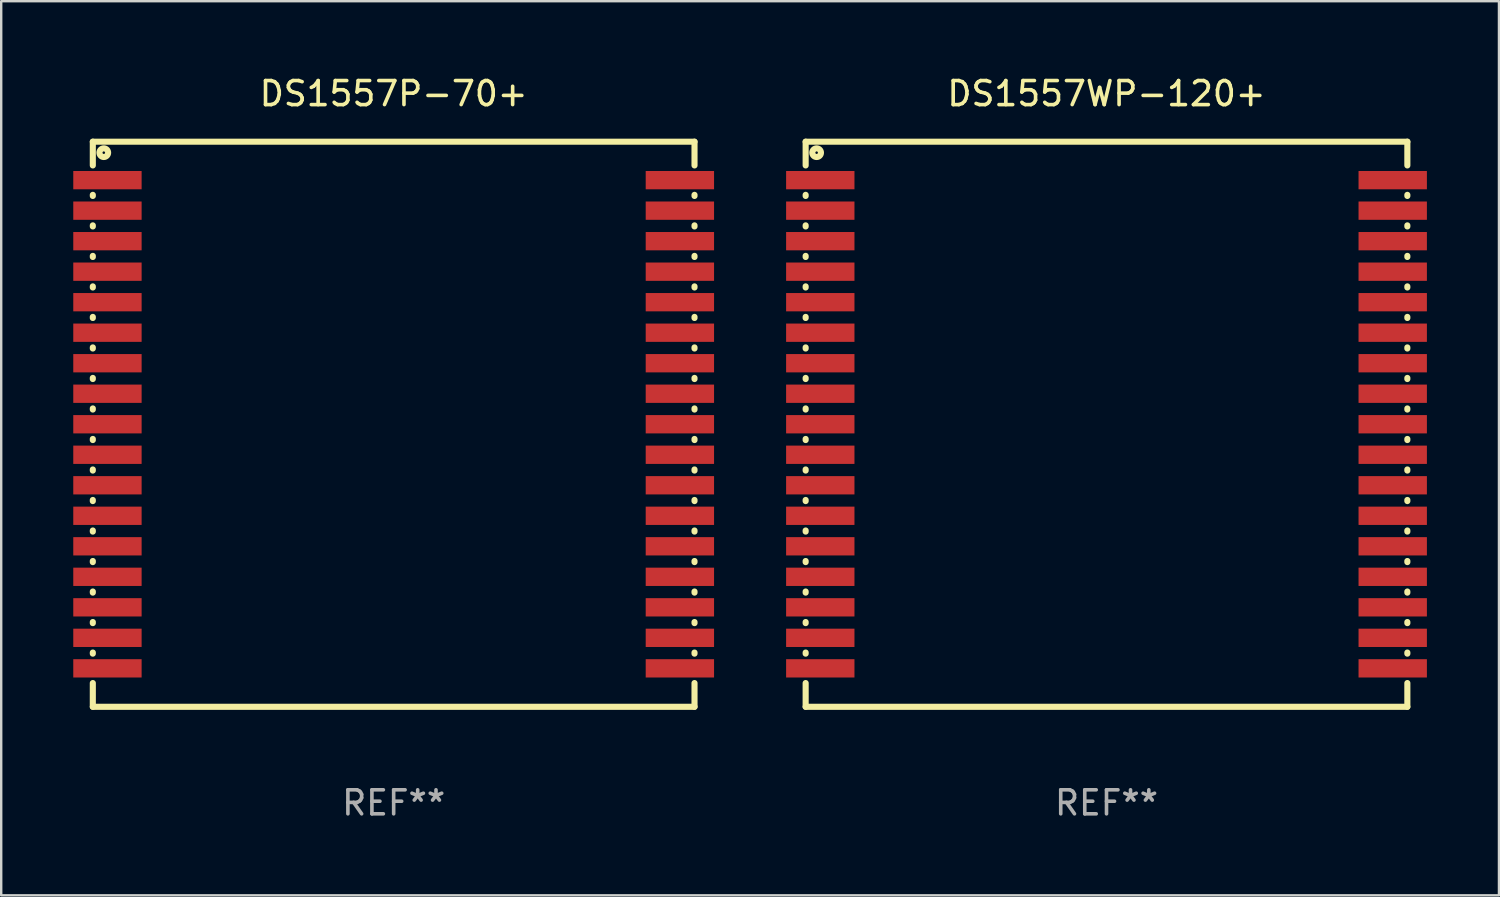
<source format=kicad_pcb>
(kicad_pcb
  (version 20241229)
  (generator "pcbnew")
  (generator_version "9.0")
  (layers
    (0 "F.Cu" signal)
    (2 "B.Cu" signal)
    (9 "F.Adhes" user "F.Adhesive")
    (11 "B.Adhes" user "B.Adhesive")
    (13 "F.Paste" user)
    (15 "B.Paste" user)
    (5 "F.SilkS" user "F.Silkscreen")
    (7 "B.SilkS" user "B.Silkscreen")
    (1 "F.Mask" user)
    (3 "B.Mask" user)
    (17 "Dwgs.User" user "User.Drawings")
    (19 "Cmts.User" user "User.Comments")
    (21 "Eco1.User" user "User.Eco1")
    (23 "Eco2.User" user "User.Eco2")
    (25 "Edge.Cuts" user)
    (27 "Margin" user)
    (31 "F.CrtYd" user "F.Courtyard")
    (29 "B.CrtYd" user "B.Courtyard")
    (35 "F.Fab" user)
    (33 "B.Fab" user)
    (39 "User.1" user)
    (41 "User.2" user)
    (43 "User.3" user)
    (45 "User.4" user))
  (footprint "DS1557P-70+"
    (layer "F.Cu")
    (at 13.335 14.608)
    (property "Reference" "DS1557P-70+" (at 0 -13.76 0) (layer "F.SilkS") (effects (font (size 1 1) (thickness 0.15))))
    (attr through_hole)
    (fp_line (start -12.522 -11.76) (end -12.522 -10.772) (stroke (width 0.254) (type solid)) (layer "F.SilkS"))
    (fp_line (start -12.522 -11.76) (end 12.522 -11.76) (stroke (width 0.254) (type solid)) (layer "F.SilkS"))
    (fp_line (start -12.522 -9.548) (end -12.522 -9.502) (stroke (width 0.254) (type solid)) (layer "F.SilkS"))
    (fp_line (start -12.522 -8.278) (end -12.522 -8.232) (stroke (width 0.254) (type solid)) (layer "F.SilkS"))
    (fp_line (start -12.522 -7.008) (end -12.522 -6.962) (stroke (width 0.254) (type solid)) (layer "F.SilkS"))
    (fp_line (start -12.522 -5.738) (end -12.522 -5.692) (stroke (width 0.254) (type solid)) (layer "F.SilkS"))
    (fp_line (start -12.522 -4.468) (end -12.522 -4.422) (stroke (width 0.254) (type solid)) (layer "F.SilkS"))
    (fp_line (start -12.522 -3.198) (end -12.522 -3.152) (stroke (width 0.254) (type solid)) (layer "F.SilkS"))
    (fp_line (start -12.522 -1.928) (end -12.522 -1.882) (stroke (width 0.254) (type solid)) (layer "F.SilkS"))
    (fp_line (start -12.522 -0.658) (end -12.522 -0.612) (stroke (width 0.254) (type solid)) (layer "F.SilkS"))
    (fp_line (start -12.522 0.612) (end -12.522 0.658) (stroke (width 0.254) (type solid)) (layer "F.SilkS"))
    (fp_line (start -12.522 1.882) (end -12.522 1.928) (stroke (width 0.254) (type solid)) (layer "F.SilkS"))
    (fp_line (start -12.522 3.152) (end -12.522 3.198) (stroke (width 0.254) (type solid)) (layer "F.SilkS"))
    (fp_line (start -12.522 4.422) (end -12.522 4.468) (stroke (width 0.254) (type solid)) (layer "F.SilkS"))
    (fp_line (start -12.522 5.692) (end -12.522 5.738) (stroke (width 0.254) (type solid)) (layer "F.SilkS"))
    (fp_line (start -12.522 6.962) (end -12.522 7.008) (stroke (width 0.254) (type solid)) (layer "F.SilkS"))
    (fp_line (start -12.522 8.232) (end -12.522 8.278) (stroke (width 0.254) (type solid)) (layer "F.SilkS"))
    (fp_line (start -12.522 9.502) (end -12.522 9.548) (stroke (width 0.254) (type solid)) (layer "F.SilkS"))
    (fp_line (start -12.522 10.772) (end -12.522 11.76) (stroke (width 0.254) (type solid)) (layer "F.SilkS"))
    (fp_line (start -12.522 11.76) (end 12.522 11.76) (stroke (width 0.254) (type solid)) (layer "F.SilkS"))
    (fp_line (start 12.522 -11.76) (end 12.522 -10.772) (stroke (width 0.254) (type solid)) (layer "F.SilkS"))
    (fp_line (start 12.522 -9.548) (end 12.522 -9.502) (stroke (width 0.254) (type solid)) (layer "F.SilkS"))
    (fp_line (start 12.522 -8.278) (end 12.522 -8.232) (stroke (width 0.254) (type solid)) (layer "F.SilkS"))
    (fp_line (start 12.522 -7.008) (end 12.522 -6.962) (stroke (width 0.254) (type solid)) (layer "F.SilkS"))
    (fp_line (start 12.522 -5.738) (end 12.522 -5.692) (stroke (width 0.254) (type solid)) (layer "F.SilkS"))
    (fp_line (start 12.522 -4.468) (end 12.522 -4.422) (stroke (width 0.254) (type solid)) (layer "F.SilkS"))
    (fp_line (start 12.522 -3.198) (end 12.522 -3.152) (stroke (width 0.254) (type solid)) (layer "F.SilkS"))
    (fp_line (start 12.522 -1.928) (end 12.522 -1.882) (stroke (width 0.254) (type solid)) (layer "F.SilkS"))
    (fp_line (start 12.522 -0.658) (end 12.522 -0.612) (stroke (width 0.254) (type solid)) (layer "F.SilkS"))
    (fp_line (start 12.522 0.612) (end 12.522 0.658) (stroke (width 0.254) (type solid)) (layer "F.SilkS"))
    (fp_line (start 12.522 1.882) (end 12.522 1.928) (stroke (width 0.254) (type solid)) (layer "F.SilkS"))
    (fp_line (start 12.522 3.152) (end 12.522 3.198) (stroke (width 0.254) (type solid)) (layer "F.SilkS"))
    (fp_line (start 12.522 4.422) (end 12.522 4.468) (stroke (width 0.254) (type solid)) (layer "F.SilkS"))
    (fp_line (start 12.522 5.692) (end 12.522 5.738) (stroke (width 0.254) (type solid)) (layer "F.SilkS"))
    (fp_line (start 12.522 6.962) (end 12.522 7.008) (stroke (width 0.254) (type solid)) (layer "F.SilkS"))
    (fp_line (start 12.522 8.232) (end 12.522 8.278) (stroke (width 0.254) (type solid)) (layer "F.SilkS"))
    (fp_line (start 12.522 9.502) (end 12.522 9.548) (stroke (width 0.254) (type solid)) (layer "F.SilkS"))
    (fp_line (start 12.522 10.772) (end 12.522 11.76) (stroke (width 0.254) (type solid)) (layer "F.SilkS"))
    (fp_circle (center -12.065 -11.303) (end -11.885 -11.303) (stroke (width 0.254) (type solid)) (fill no) (layer "F.SilkS"))
    (fp_text user "REF**" (at 0 15.76 0) (layer "F.Fab") (effects (font (size 1 1) (thickness 0.15))))
    (pad "1" smd rect (at -11.913 -10.16) (size 2.845 0.762) (layers "F.Cu" "F.Mask" "F.Paste"))
    (pad "2" smd rect (at -11.913 -8.89) (size 2.845 0.762) (layers "F.Cu" "F.Mask" "F.Paste"))
    (pad "3" smd rect (at -11.913 -7.62) (size 2.845 0.762) (layers "F.Cu" "F.Mask" "F.Paste"))
    (pad "4" smd rect (at -11.913 -6.35) (size 2.845 0.762) (layers "F.Cu" "F.Mask" "F.Paste"))
    (pad "5" smd rect (at -11.913 -5.08) (size 2.845 0.762) (layers "F.Cu" "F.Mask" "F.Paste"))
    (pad "6" smd rect (at -11.913 -3.81) (size 2.845 0.762) (layers "F.Cu" "F.Mask" "F.Paste"))
    (pad "7" smd rect (at -11.913 -2.54) (size 2.845 0.762) (layers "F.Cu" "F.Mask" "F.Paste"))
    (pad "8" smd rect (at -11.913 -1.27) (size 2.845 0.762) (layers "F.Cu" "F.Mask" "F.Paste"))
    (pad "9" smd rect (at -11.913 0) (size 2.845 0.762) (layers "F.Cu" "F.Mask" "F.Paste"))
    (pad "10" smd rect (at -11.913 1.27) (size 2.845 0.762) (layers "F.Cu" "F.Mask" "F.Paste"))
    (pad "11" smd rect (at -11.913 2.54) (size 2.845 0.762) (layers "F.Cu" "F.Mask" "F.Paste"))
    (pad "12" smd rect (at -11.913 3.81) (size 2.845 0.762) (layers "F.Cu" "F.Mask" "F.Paste"))
    (pad "13" smd rect (at -11.913 5.08) (size 2.845 0.762) (layers "F.Cu" "F.Mask" "F.Paste"))
    (pad "14" smd rect (at -11.913 6.35) (size 2.845 0.762) (layers "F.Cu" "F.Mask" "F.Paste"))
    (pad "15" smd rect (at -11.913 7.62) (size 2.845 0.762) (layers "F.Cu" "F.Mask" "F.Paste"))
    (pad "16" smd rect (at -11.913 8.89) (size 2.845 0.762) (layers "F.Cu" "F.Mask" "F.Paste"))
    (pad "17" smd rect (at -11.913 10.16) (size 2.845 0.762) (layers "F.Cu" "F.Mask" "F.Paste"))
    (pad "18" smd rect (at 11.913 10.16) (size 2.845 0.762) (layers "F.Cu" "F.Mask" "F.Paste"))
    (pad "19" smd rect (at 11.913 8.89) (size 2.845 0.762) (layers "F.Cu" "F.Mask" "F.Paste"))
    (pad "20" smd rect (at 11.913 7.62) (size 2.845 0.762) (layers "F.Cu" "F.Mask" "F.Paste"))
    (pad "21" smd rect (at 11.913 6.35) (size 2.845 0.762) (layers "F.Cu" "F.Mask" "F.Paste"))
    (pad "22" smd rect (at 11.913 5.08) (size 2.845 0.762) (layers "F.Cu" "F.Mask" "F.Paste"))
    (pad "23" smd rect (at 11.913 3.81) (size 2.845 0.762) (layers "F.Cu" "F.Mask" "F.Paste"))
    (pad "24" smd rect (at 11.913 2.54) (size 2.845 0.762) (layers "F.Cu" "F.Mask" "F.Paste"))
    (pad "25" smd rect (at 11.913 1.27) (size 2.845 0.762) (layers "F.Cu" "F.Mask" "F.Paste"))
    (pad "26" smd rect (at 11.913 0) (size 2.845 0.762) (layers "F.Cu" "F.Mask" "F.Paste"))
    (pad "27" smd rect (at 11.913 -1.27) (size 2.845 0.762) (layers "F.Cu" "F.Mask" "F.Paste"))
    (pad "28" smd rect (at 11.913 -2.54) (size 2.845 0.762) (layers "F.Cu" "F.Mask" "F.Paste"))
    (pad "29" smd rect (at 11.913 -3.81) (size 2.845 0.762) (layers "F.Cu" "F.Mask" "F.Paste"))
    (pad "30" smd rect (at 11.913 -5.08) (size 2.845 0.762) (layers "F.Cu" "F.Mask" "F.Paste"))
    (pad "31" smd rect (at 11.913 -6.35) (size 2.845 0.762) (layers "F.Cu" "F.Mask" "F.Paste"))
    (pad "32" smd rect (at 11.913 -7.62) (size 2.845 0.762) (layers "F.Cu" "F.Mask" "F.Paste"))
    (pad "33" smd rect (at 11.913 -8.89) (size 2.845 0.762) (layers "F.Cu" "F.Mask" "F.Paste"))
    (pad "34" smd rect (at 11.913 -10.16) (size 2.845 0.762) (layers "F.Cu" "F.Mask" "F.Paste")))
  (footprint "DS1557WP-120+"
    (layer "F.Cu")
    (at 43.005 14.608)
    (property "Reference" "DS1557WP-120+" (at 0 -13.76 0) (layer "F.SilkS") (effects (font (size 1 1) (thickness 0.15))))
    (attr through_hole)
    (fp_line (start -12.522 -11.76) (end -12.522 -10.772) (stroke (width 0.254) (type solid)) (layer "F.SilkS"))
    (fp_line (start -12.522 -11.76) (end 12.522 -11.76) (stroke (width 0.254) (type solid)) (layer "F.SilkS"))
    (fp_line (start -12.522 -9.548) (end -12.522 -9.502) (stroke (width 0.254) (type solid)) (layer "F.SilkS"))
    (fp_line (start -12.522 -8.278) (end -12.522 -8.232) (stroke (width 0.254) (type solid)) (layer "F.SilkS"))
    (fp_line (start -12.522 -7.008) (end -12.522 -6.962) (stroke (width 0.254) (type solid)) (layer "F.SilkS"))
    (fp_line (start -12.522 -5.738) (end -12.522 -5.692) (stroke (width 0.254) (type solid)) (layer "F.SilkS"))
    (fp_line (start -12.522 -4.468) (end -12.522 -4.422) (stroke (width 0.254) (type solid)) (layer "F.SilkS"))
    (fp_line (start -12.522 -3.198) (end -12.522 -3.152) (stroke (width 0.254) (type solid)) (layer "F.SilkS"))
    (fp_line (start -12.522 -1.928) (end -12.522 -1.882) (stroke (width 0.254) (type solid)) (layer "F.SilkS"))
    (fp_line (start -12.522 -0.658) (end -12.522 -0.612) (stroke (width 0.254) (type solid)) (layer "F.SilkS"))
    (fp_line (start -12.522 0.612) (end -12.522 0.658) (stroke (width 0.254) (type solid)) (layer "F.SilkS"))
    (fp_line (start -12.522 1.882) (end -12.522 1.928) (stroke (width 0.254) (type solid)) (layer "F.SilkS"))
    (fp_line (start -12.522 3.152) (end -12.522 3.198) (stroke (width 0.254) (type solid)) (layer "F.SilkS"))
    (fp_line (start -12.522 4.422) (end -12.522 4.468) (stroke (width 0.254) (type solid)) (layer "F.SilkS"))
    (fp_line (start -12.522 5.692) (end -12.522 5.738) (stroke (width 0.254) (type solid)) (layer "F.SilkS"))
    (fp_line (start -12.522 6.962) (end -12.522 7.008) (stroke (width 0.254) (type solid)) (layer "F.SilkS"))
    (fp_line (start -12.522 8.232) (end -12.522 8.278) (stroke (width 0.254) (type solid)) (layer "F.SilkS"))
    (fp_line (start -12.522 9.502) (end -12.522 9.548) (stroke (width 0.254) (type solid)) (layer "F.SilkS"))
    (fp_line (start -12.522 10.772) (end -12.522 11.76) (stroke (width 0.254) (type solid)) (layer "F.SilkS"))
    (fp_line (start -12.522 11.76) (end 12.522 11.76) (stroke (width 0.254) (type solid)) (layer "F.SilkS"))
    (fp_line (start 12.522 -11.76) (end 12.522 -10.772) (stroke (width 0.254) (type solid)) (layer "F.SilkS"))
    (fp_line (start 12.522 -9.548) (end 12.522 -9.502) (stroke (width 0.254) (type solid)) (layer "F.SilkS"))
    (fp_line (start 12.522 -8.278) (end 12.522 -8.232) (stroke (width 0.254) (type solid)) (layer "F.SilkS"))
    (fp_line (start 12.522 -7.008) (end 12.522 -6.962) (stroke (width 0.254) (type solid)) (layer "F.SilkS"))
    (fp_line (start 12.522 -5.738) (end 12.522 -5.692) (stroke (width 0.254) (type solid)) (layer "F.SilkS"))
    (fp_line (start 12.522 -4.468) (end 12.522 -4.422) (stroke (width 0.254) (type solid)) (layer "F.SilkS"))
    (fp_line (start 12.522 -3.198) (end 12.522 -3.152) (stroke (width 0.254) (type solid)) (layer "F.SilkS"))
    (fp_line (start 12.522 -1.928) (end 12.522 -1.882) (stroke (width 0.254) (type solid)) (layer "F.SilkS"))
    (fp_line (start 12.522 -0.658) (end 12.522 -0.612) (stroke (width 0.254) (type solid)) (layer "F.SilkS"))
    (fp_line (start 12.522 0.612) (end 12.522 0.658) (stroke (width 0.254) (type solid)) (layer "F.SilkS"))
    (fp_line (start 12.522 1.882) (end 12.522 1.928) (stroke (width 0.254) (type solid)) (layer "F.SilkS"))
    (fp_line (start 12.522 3.152) (end 12.522 3.198) (stroke (width 0.254) (type solid)) (layer "F.SilkS"))
    (fp_line (start 12.522 4.422) (end 12.522 4.468) (stroke (width 0.254) (type solid)) (layer "F.SilkS"))
    (fp_line (start 12.522 5.692) (end 12.522 5.738) (stroke (width 0.254) (type solid)) (layer "F.SilkS"))
    (fp_line (start 12.522 6.962) (end 12.522 7.008) (stroke (width 0.254) (type solid)) (layer "F.SilkS"))
    (fp_line (start 12.522 8.232) (end 12.522 8.278) (stroke (width 0.254) (type solid)) (layer "F.SilkS"))
    (fp_line (start 12.522 9.502) (end 12.522 9.548) (stroke (width 0.254) (type solid)) (layer "F.SilkS"))
    (fp_line (start 12.522 10.772) (end 12.522 11.76) (stroke (width 0.254) (type solid)) (layer "F.SilkS"))
    (fp_circle (center -12.065 -11.303) (end -11.885 -11.303) (stroke (width 0.254) (type solid)) (fill no) (layer "F.SilkS"))
    (fp_text user "REF**" (at 0 15.76 0) (layer "F.Fab") (effects (font (size 1 1) (thickness 0.15))))
    (pad "1" smd rect (at -11.913 -10.16) (size 2.845 0.762) (layers "F.Cu" "F.Mask" "F.Paste"))
    (pad "2" smd rect (at -11.913 -8.89) (size 2.845 0.762) (layers "F.Cu" "F.Mask" "F.Paste"))
    (pad "3" smd rect (at -11.913 -7.62) (size 2.845 0.762) (layers "F.Cu" "F.Mask" "F.Paste"))
    (pad "4" smd rect (at -11.913 -6.35) (size 2.845 0.762) (layers "F.Cu" "F.Mask" "F.Paste"))
    (pad "5" smd rect (at -11.913 -5.08) (size 2.845 0.762) (layers "F.Cu" "F.Mask" "F.Paste"))
    (pad "6" smd rect (at -11.913 -3.81) (size 2.845 0.762) (layers "F.Cu" "F.Mask" "F.Paste"))
    (pad "7" smd rect (at -11.913 -2.54) (size 2.845 0.762) (layers "F.Cu" "F.Mask" "F.Paste"))
    (pad "8" smd rect (at -11.913 -1.27) (size 2.845 0.762) (layers "F.Cu" "F.Mask" "F.Paste"))
    (pad "9" smd rect (at -11.913 0) (size 2.845 0.762) (layers "F.Cu" "F.Mask" "F.Paste"))
    (pad "10" smd rect (at -11.913 1.27) (size 2.845 0.762) (layers "F.Cu" "F.Mask" "F.Paste"))
    (pad "11" smd rect (at -11.913 2.54) (size 2.845 0.762) (layers "F.Cu" "F.Mask" "F.Paste"))
    (pad "12" smd rect (at -11.913 3.81) (size 2.845 0.762) (layers "F.Cu" "F.Mask" "F.Paste"))
    (pad "13" smd rect (at -11.913 5.08) (size 2.845 0.762) (layers "F.Cu" "F.Mask" "F.Paste"))
    (pad "14" smd rect (at -11.913 6.35) (size 2.845 0.762) (layers "F.Cu" "F.Mask" "F.Paste"))
    (pad "15" smd rect (at -11.913 7.62) (size 2.845 0.762) (layers "F.Cu" "F.Mask" "F.Paste"))
    (pad "16" smd rect (at -11.913 8.89) (size 2.845 0.762) (layers "F.Cu" "F.Mask" "F.Paste"))
    (pad "17" smd rect (at -11.913 10.16) (size 2.845 0.762) (layers "F.Cu" "F.Mask" "F.Paste"))
    (pad "18" smd rect (at 11.913 10.16) (size 2.845 0.762) (layers "F.Cu" "F.Mask" "F.Paste"))
    (pad "19" smd rect (at 11.913 8.89) (size 2.845 0.762) (layers "F.Cu" "F.Mask" "F.Paste"))
    (pad "20" smd rect (at 11.913 7.62) (size 2.845 0.762) (layers "F.Cu" "F.Mask" "F.Paste"))
    (pad "21" smd rect (at 11.913 6.35) (size 2.845 0.762) (layers "F.Cu" "F.Mask" "F.Paste"))
    (pad "22" smd rect (at 11.913 5.08) (size 2.845 0.762) (layers "F.Cu" "F.Mask" "F.Paste"))
    (pad "23" smd rect (at 11.913 3.81) (size 2.845 0.762) (layers "F.Cu" "F.Mask" "F.Paste"))
    (pad "24" smd rect (at 11.913 2.54) (size 2.845 0.762) (layers "F.Cu" "F.Mask" "F.Paste"))
    (pad "25" smd rect (at 11.913 1.27) (size 2.845 0.762) (layers "F.Cu" "F.Mask" "F.Paste"))
    (pad "26" smd rect (at 11.913 0) (size 2.845 0.762) (layers "F.Cu" "F.Mask" "F.Paste"))
    (pad "27" smd rect (at 11.913 -1.27) (size 2.845 0.762) (layers "F.Cu" "F.Mask" "F.Paste"))
    (pad "28" smd rect (at 11.913 -2.54) (size 2.845 0.762) (layers "F.Cu" "F.Mask" "F.Paste"))
    (pad "29" smd rect (at 11.913 -3.81) (size 2.845 0.762) (layers "F.Cu" "F.Mask" "F.Paste"))
    (pad "30" smd rect (at 11.913 -5.08) (size 2.845 0.762) (layers "F.Cu" "F.Mask" "F.Paste"))
    (pad "31" smd rect (at 11.913 -6.35) (size 2.845 0.762) (layers "F.Cu" "F.Mask" "F.Paste"))
    (pad "32" smd rect (at 11.913 -7.62) (size 2.845 0.762) (layers "F.Cu" "F.Mask" "F.Paste"))
    (pad "33" smd rect (at 11.913 -8.89) (size 2.845 0.762) (layers "F.Cu" "F.Mask" "F.Paste"))
    (pad "34" smd rect (at 11.913 -10.16) (size 2.845 0.762) (layers "F.Cu" "F.Mask" "F.Paste")))
  (gr_rect
    (start -3 -3)
    (end 59.34 34.217)
    (stroke (width 0.1) (type default))
    (fill no)
    (layer "Edge.Cuts")))
</source>
